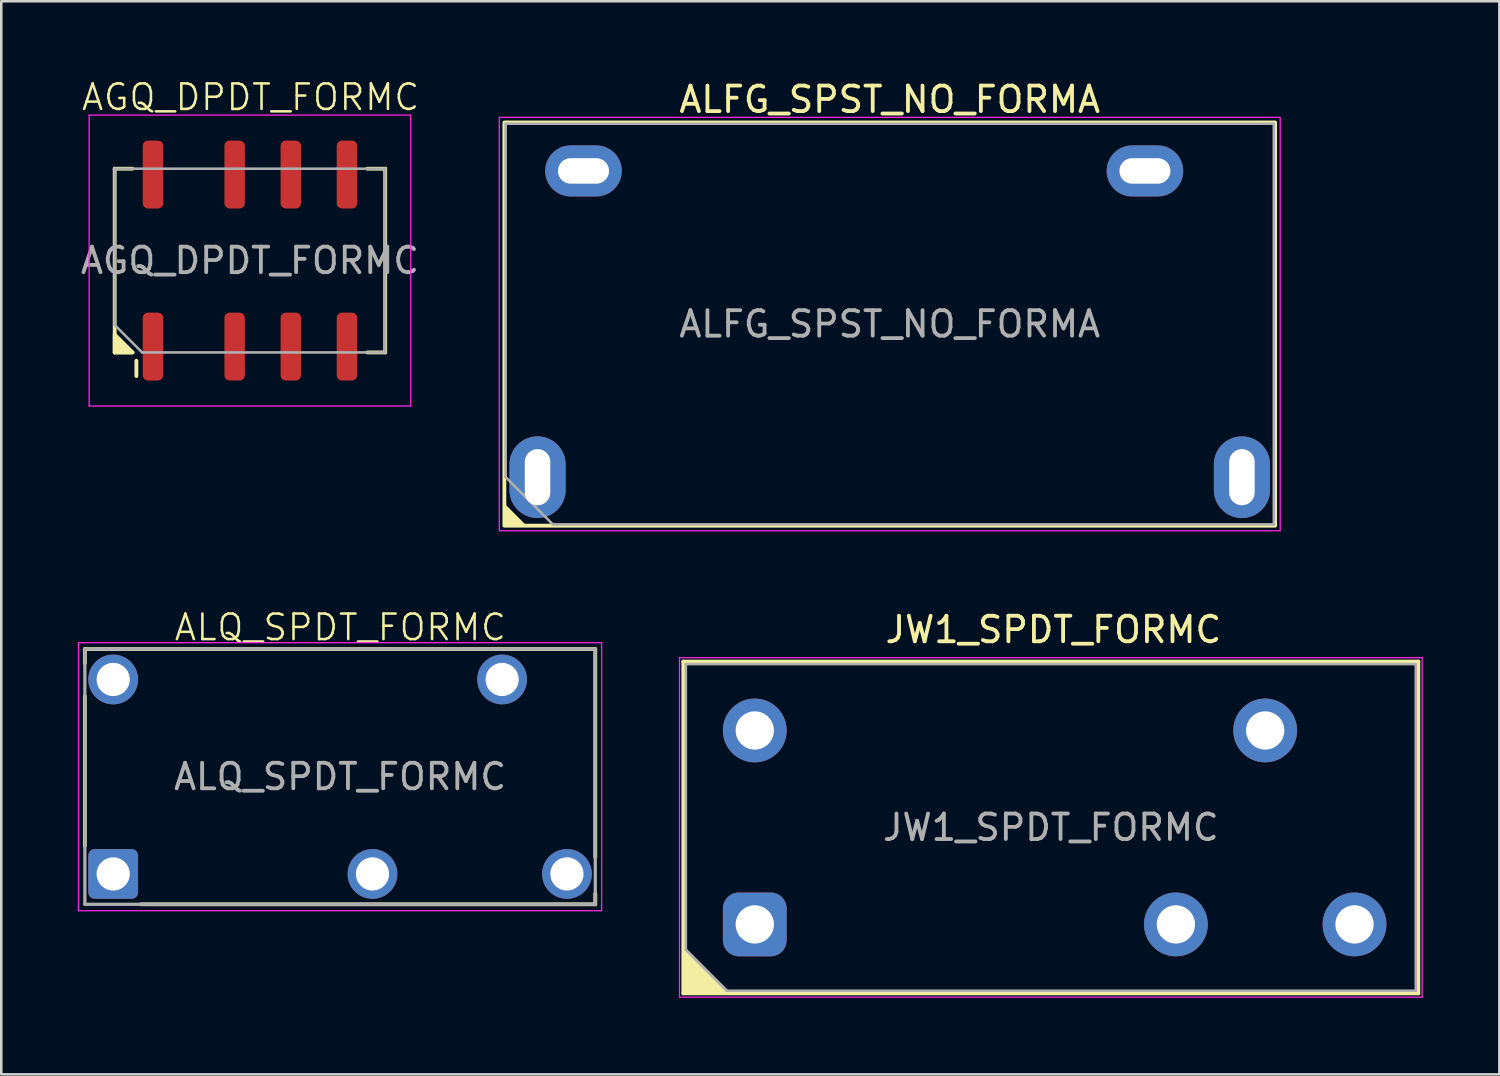
<source format=kicad_pcb>
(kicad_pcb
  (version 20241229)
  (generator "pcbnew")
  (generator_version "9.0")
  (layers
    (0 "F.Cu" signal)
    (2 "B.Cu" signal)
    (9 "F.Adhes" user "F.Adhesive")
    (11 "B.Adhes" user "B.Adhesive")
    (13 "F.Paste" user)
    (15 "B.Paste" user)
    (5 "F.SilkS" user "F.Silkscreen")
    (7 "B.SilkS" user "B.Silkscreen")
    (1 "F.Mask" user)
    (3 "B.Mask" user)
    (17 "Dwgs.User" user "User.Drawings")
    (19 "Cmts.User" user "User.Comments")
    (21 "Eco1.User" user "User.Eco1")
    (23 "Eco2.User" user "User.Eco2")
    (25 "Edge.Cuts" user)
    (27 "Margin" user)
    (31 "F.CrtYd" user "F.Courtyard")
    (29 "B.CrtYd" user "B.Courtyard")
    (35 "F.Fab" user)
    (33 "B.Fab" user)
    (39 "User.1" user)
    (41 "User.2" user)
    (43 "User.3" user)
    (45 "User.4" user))
  (footprint "ALQ_SPDT_FORMC"
    (layer "F.Cu")
    (at 10.275 27.384)
    (property "Reference" "ALQ_SPDT_FORMC" (at 0.01 -5.85 0) (unlocked yes) (layer "F.SilkS") (effects (font (size 1 1) (thickness 0.1))))
    (attr through_hole)
    (fp_line (start -10 -5) (end -10 -4.454) (stroke (width 0.15) (type solid)) (layer "F.SilkS"))
    (fp_line (start -10 -5) (end 10 -5) (stroke (width 0.15) (type solid)) (layer "F.SilkS"))
    (fp_line (start -10 -3.146) (end -10 2.71) (stroke (width 0.15) (type solid)) (layer "F.SilkS"))
    (fp_line (start 10 3.146) (end 10 -5) (stroke (width 0.15) (type solid)) (layer "F.SilkS"))
    (fp_line (start 10 5) (end -7.8 5) (stroke (width 0.15) (type solid)) (layer "F.SilkS"))
    (fp_line (start 10 5) (end 10 4.581) (stroke (width 0.15) (type solid)) (layer "F.SilkS"))
    (fp_line (start -10.25 -5.25) (end 10.25 -5.25) (stroke (width 0.05) (type solid)) (layer "F.CrtYd"))
    (fp_line (start -10.25 5.25) (end -10.25 -5.25) (stroke (width 0.05) (type solid)) (layer "F.CrtYd"))
    (fp_line (start 10.25 -5.25) (end 10.25 5.25) (stroke (width 0.05) (type solid)) (layer "F.CrtYd"))
    (fp_line (start 10.25 5.25) (end -10.25 5.25) (stroke (width 0.05) (type solid)) (layer "F.CrtYd"))
    (fp_line (start -10 -5) (end 10 -5) (stroke (width 0.127) (type solid)) (layer "F.Fab"))
    (fp_line (start -10 5) (end -10 -5) (stroke (width 0.127) (type solid)) (layer "F.Fab"))
    (fp_line (start 10 -5) (end 10 5) (stroke (width 0.127) (type solid)) (layer "F.Fab"))
    (fp_line (start 10 5) (end -10 5) (stroke (width 0.127) (type solid)) (layer "F.Fab"))
    (fp_text user "${REFERENCE}" (at 0 0 0) (unlocked yes) (layer "F.Fab") (effects (font (size 1 1) (thickness 0.15))))
    (pad "A1" thru_hole roundrect (at -8.89 3.81) (size 1.95 1.95) (drill 1.3) (layers "*.Cu" "*.Mask") (roundrect_rratio 0.128))
    (pad "A2" thru_hole circle (at -8.89 -3.81) (size 1.95 1.95) (drill 1.3) (layers "*.Cu" "*.Mask"))
    (pad "B1" thru_hole circle (at 8.89 3.81) (size 1.95 1.95) (drill 1.3) (layers "*.Cu" "*.Mask"))
    (pad "B2" thru_hole circle (at 1.27 3.81) (size 1.95 1.95) (drill 1.3) (layers "*.Cu" "*.Mask"))
    (pad "B3" thru_hole circle (at 6.35 -3.81) (size 1.95 1.95) (drill 1.3) (layers "*.Cu" "*.Mask")))
  (footprint "AGQ_DPDT_FORMC"
    (layer "F.Cu")
    (at 6.744 7.16)
    (property "Reference" "AGQ_DPDT_FORMC" (at 0.025 -6.4 0) (layer "F.SilkS") (effects (font (size 1 1) (thickness 0.1))))
    (attr smd)
    (fp_line (start -5.3 -3.6) (end -4.6 -3.6) (stroke (width 0.15) (type solid)) (layer "F.SilkS"))
    (fp_line (start -5.3 3.6) (end -5.3 -3.6) (stroke (width 0.15) (type solid)) (layer "F.SilkS"))
    (fp_line (start -4.6 3.6) (end -5.3 3.6) (stroke (width 0.15) (type solid)) (layer "F.SilkS"))
    (fp_line (start -4.45 3.925) (end -4.45 4.525) (stroke (width 0.15) (type default)) (layer "F.SilkS"))
    (fp_line (start 4.6 3.6) (end 5.3 3.6) (stroke (width 0.15) (type solid)) (layer "F.SilkS"))
    (fp_line (start 5.3 -3.6) (end 4.6 -3.6) (stroke (width 0.15) (type solid)) (layer "F.SilkS"))
    (fp_line (start 5.3 3.6) (end 5.3 -3.6) (stroke (width 0.15) (type solid)) (layer "F.SilkS"))
    (fp_poly (pts (xy -5.3 3.6) (xy -4.6 3.6) (xy -5.3 2.9) (xy -5.3 3.6)) (stroke (width 0.15) (type solid)) (fill yes) (layer "F.SilkS"))
    (fp_line (start -6.3 -5.7) (end 6.3 -5.7) (stroke (width 0.05) (type solid)) (layer "F.CrtYd"))
    (fp_line (start -6.3 5.7) (end -6.3 -5.7) (stroke (width 0.05) (type solid)) (layer "F.CrtYd"))
    (fp_line (start 6.3 -5.7) (end 6.3 5.7) (stroke (width 0.05) (type solid)) (layer "F.CrtYd"))
    (fp_line (start 6.3 5.7) (end -6.3 5.7) (stroke (width 0.05) (type solid)) (layer "F.CrtYd"))
    (fp_line (start -5.3 -3.6) (end 5.3 -3.6) (stroke (width 0.1) (type solid)) (layer "F.Fab"))
    (fp_line (start -5.3 2.525) (end -5.3 -3.6) (stroke (width 0.1) (type solid)) (layer "F.Fab"))
    (fp_line (start -5.3 2.525) (end -4.225 3.6) (stroke (width 0.1) (type default)) (layer "F.Fab"))
    (fp_line (start 5.3 -3.6) (end 5.3 3.6) (stroke (width 0.1) (type solid)) (layer "F.Fab"))
    (fp_line (start 5.3 3.6) (end -4.225 3.6) (stroke (width 0.1) (type solid)) (layer "F.Fab"))
    (fp_text user "${REFERENCE}" (at 0 0 0) (unlocked yes) (layer "F.Fab") (effects (font (size 1 1) (thickness 0.15))))
    (pad "A1" smd roundrect (at -3.8 3.37) (size 0.8 2.66) (layers "F.Cu" "F.Mask" "F.Paste") (roundrect_rratio 0.25))
    (pad "A2" smd roundrect (at -3.8 -3.37) (size 0.8 2.66) (layers "F.Cu" "F.Mask" "F.Paste") (roundrect_rratio 0.25))
    (pad "B1" smd roundrect (at 3.8 3.37) (size 0.8 2.66) (layers "F.Cu" "F.Mask" "F.Paste") (roundrect_rratio 0.25))
    (pad "B2" smd roundrect (at 1.6 3.37) (size 0.8 2.66) (layers "F.Cu" "F.Mask" "F.Paste") (roundrect_rratio 0.25))
    (pad "B3" smd roundrect (at -0.6 3.37) (size 0.8 2.66) (layers "F.Cu" "F.Mask" "F.Paste") (roundrect_rratio 0.25))
    (pad "C1" smd roundrect (at 3.8 -3.37) (size 0.8 2.66) (layers "F.Cu" "F.Mask" "F.Paste") (roundrect_rratio 0.25))
    (pad "C2" smd roundrect (at 1.6 -3.37) (size 0.8 2.66) (layers "F.Cu" "F.Mask" "F.Paste") (roundrect_rratio 0.25))
    (pad "C3" smd roundrect (at -0.6 -3.37) (size 0.8 2.66) (layers "F.Cu" "F.Mask" "F.Paste") (roundrect_rratio 0.25)))
  (footprint "JW1_SPDT_FORMC"
    (layer "F.Cu")
    (at 26.525 33.172)
    (property "Reference" "JW1_SPDT_FORMC" (at 11.7 -11.55 180) (layer "F.SilkS") (effects (font (size 1 1) (thickness 0.15))))
    (attr through_hole)
    (fp_line (start -2.8 -10.3) (end -2.8 2.7) (stroke (width 0.15) (type solid)) (layer "F.SilkS"))
    (fp_line (start -2.8 2.7) (end 26 2.7) (stroke (width 0.15) (type solid)) (layer "F.SilkS"))
    (fp_line (start 26 -10.3) (end -2.8 -10.3) (stroke (width 0.15) (type solid)) (layer "F.SilkS"))
    (fp_line (start 26 2.7) (end 26 -10.3) (stroke (width 0.15) (type solid)) (layer "F.SilkS"))
    (fp_poly (pts (xy -2.8 2.7) (xy -1 2.7) (xy -2.8 0.9)) (stroke (width 0.1) (type solid)) (fill yes) (layer "F.SilkS"))
    (fp_line (start -2.95 -10.45) (end -2.95 2.85) (stroke (width 0.05) (type solid)) (layer "F.CrtYd"))
    (fp_line (start -2.95 2.85) (end 26.15 2.85) (stroke (width 0.05) (type solid)) (layer "F.CrtYd"))
    (fp_line (start 26.15 -10.45) (end -2.95 -10.45) (stroke (width 0.05) (type solid)) (layer "F.CrtYd"))
    (fp_line (start 26.15 2.85) (end 26.15 -10.45) (stroke (width 0.05) (type solid)) (layer "F.CrtYd"))
    (fp_line (start -2.7 -10.2) (end -2.7 1) (stroke (width 0.1) (type solid)) (layer "F.Fab"))
    (fp_line (start -1.1 2.6) (end -2.7 1) (stroke (width 0.1) (type solid)) (layer "F.Fab"))
    (fp_line (start -1.1 2.6) (end 25.9 2.6) (stroke (width 0.1) (type solid)) (layer "F.Fab"))
    (fp_line (start 25.9 -10.2) (end -2.7 -10.2) (stroke (width 0.1) (type solid)) (layer "F.Fab"))
    (fp_line (start 25.9 2.6) (end 25.9 -10.2) (stroke (width 0.1) (type solid)) (layer "F.Fab"))
    (fp_text user "${REFERENCE}" (at 11.6 -3.8 180) (layer "F.Fab") (effects (font (size 1 1) (thickness 0.15))))
    (pad "A1" thru_hole roundrect (at 0 0 90) (size 2.5 2.5) (drill 1.5) (layers "*.Cu" "*.Mask") (roundrect_rratio 0.25))
    (pad "A2" thru_hole oval (at 0 -7.6 90) (size 2.5 2.5) (drill 1.5) (layers "*.Cu" "*.Mask"))
    (pad "B1" thru_hole oval (at 23.5 0 90) (size 2.5 2.5) (drill 1.5) (layers "*.Cu" "*.Mask"))
    (pad "B2" thru_hole oval (at 16.5 0 90) (size 2.5 2.5) (drill 1.5) (layers "*.Cu" "*.Mask"))
    (pad "B3" thru_hole oval (at 20 -7.6 90) (size 2.5 2.5) (drill 1.5) (layers "*.Cu" "*.Mask")))
  (footprint "ALFG_SPST_NO_FORMA"
    (layer "F.Cu")
    (at 31.813 9.648)
    (property "Reference" "ALFG_SPST_NO_FORMA" (at 0 -8.8 180) (layer "F.SilkS") (effects (font (size 1 1) (thickness 0.15))))
    (attr through_hole)
    (fp_rect (start -15.1 -7.9) (end 15.1 7.9) (stroke (width 0.15) (type default)) (fill no) (layer "F.SilkS"))
    (fp_poly (pts (xy -15.1 7.9) (xy -14.3 7.9) (xy -15.1 7.1)) (stroke (width 0.1) (type solid)) (fill yes) (layer "F.SilkS"))
    (fp_rect (start -15.3 -8.1) (end 15.3 8.1) (stroke (width 0.05) (type default)) (fill no) (layer "F.CrtYd"))
    (fp_line (start -15.05 -7.85) (end -15.05 6) (stroke (width 0.1) (type default)) (layer "F.Fab"))
    (fp_line (start -13.2 7.85) (end -15.05 6) (stroke (width 0.1) (type default)) (layer "F.Fab"))
    (fp_line (start -13.2 7.85) (end 15.05 7.85) (stroke (width 0.1) (type default)) (layer "F.Fab"))
    (fp_line (start 15.05 -7.85) (end -15.05 -7.85) (stroke (width 0.1) (type default)) (layer "F.Fab"))
    (fp_line (start 15.05 7.85) (end 15.05 -7.85) (stroke (width 0.1) (type default)) (layer "F.Fab"))
    (fp_text user "${REFERENCE}" (at 0 0 180) (layer "F.Fab") (effects (font (size 1 1) (thickness 0.15))))
    (pad "A1" thru_hole oval (at -12 -6) (size 3 2) (drill oval 2 1) (layers "*.Cu" "*.Mask"))
    (pad "A2" thru_hole oval (at 10 -6) (size 3 2) (drill oval 2 1) (layers "*.Cu" "*.Mask"))
    (pad "B1" thru_hole oval (at -13.8 6 90) (size 3.2 2.2) (drill oval 2.2 1) (layers "*.Cu" "*.Mask"))
    (pad "B2" thru_hole oval (at 13.8 6 90) (size 3.2 2.2) (drill oval 2.2 1) (layers "*.Cu" "*.Mask")))
  (gr_rect
    (start -3 -3)
    (end 55.7 39.047)
    (stroke (width 0.1) (type default))
    (fill no)
    (layer "Edge.Cuts")))
</source>
